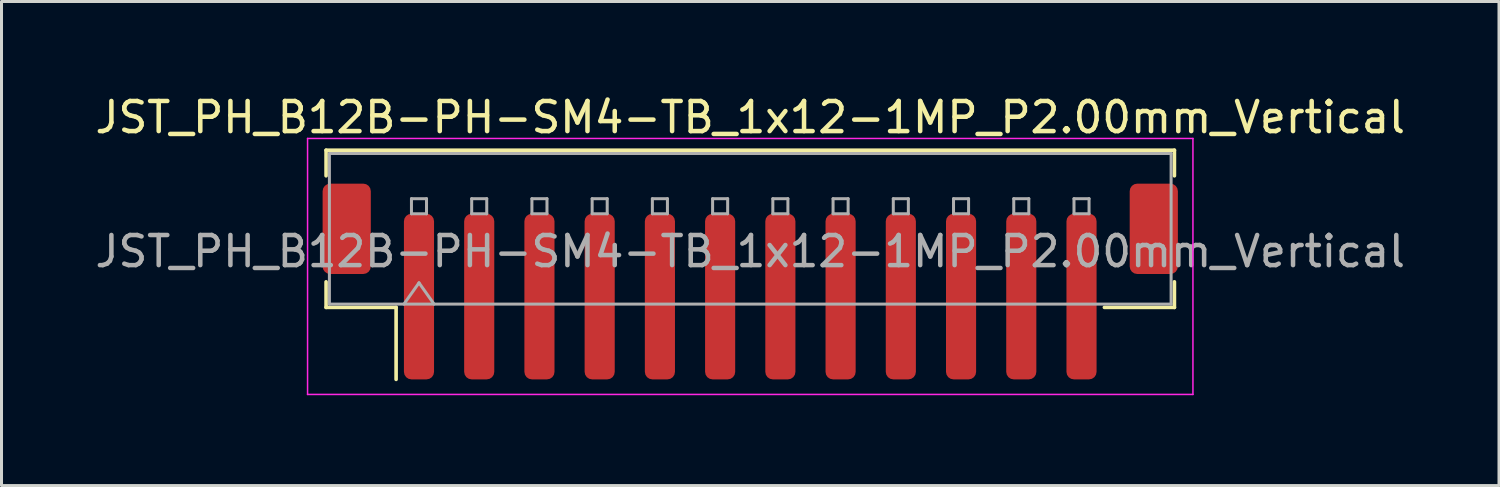
<source format=kicad_pcb>
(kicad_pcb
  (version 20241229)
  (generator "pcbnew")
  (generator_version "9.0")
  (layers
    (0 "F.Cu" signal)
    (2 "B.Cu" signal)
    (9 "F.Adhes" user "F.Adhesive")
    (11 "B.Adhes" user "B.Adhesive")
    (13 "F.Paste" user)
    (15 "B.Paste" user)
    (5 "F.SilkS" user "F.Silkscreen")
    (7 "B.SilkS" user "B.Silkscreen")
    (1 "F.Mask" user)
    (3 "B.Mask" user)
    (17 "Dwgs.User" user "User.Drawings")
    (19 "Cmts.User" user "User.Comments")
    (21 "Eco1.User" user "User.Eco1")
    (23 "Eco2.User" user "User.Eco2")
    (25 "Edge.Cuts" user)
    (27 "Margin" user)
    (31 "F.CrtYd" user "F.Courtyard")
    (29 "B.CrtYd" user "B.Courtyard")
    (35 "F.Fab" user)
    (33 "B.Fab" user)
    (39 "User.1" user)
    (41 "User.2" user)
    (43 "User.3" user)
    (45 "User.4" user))
  (footprint "JST_PH_B12B-PH-SM4-TB_1x12-1MP_P2.00mm_Vertical"
    (layer "F.Cu")
    (at 21.863 6.298)
    (property "Reference" "JST_PH_B12B-PH-SM4-TB_1x12-1MP_P2.00mm_Vertical" (at 0 -5.45 0) (layer "F.SilkS") (effects (font (size 1 1) (thickness 0.15))))
    (attr smd)
    (fp_line (start -14.085 -4.36) (end 14.085 -4.36) (stroke (width 0.12) (type solid)) (layer "F.SilkS"))
    (fp_line (start -14.085 -3.51) (end -14.085 -4.36) (stroke (width 0.12) (type solid)) (layer "F.SilkS"))
    (fp_line (start -14.085 0.01) (end -14.085 0.86) (stroke (width 0.12) (type solid)) (layer "F.SilkS"))
    (fp_line (start -14.085 0.86) (end -11.76 0.86) (stroke (width 0.12) (type solid)) (layer "F.SilkS"))
    (fp_line (start -11.76 0.86) (end -11.76 3.25) (stroke (width 0.12) (type solid)) (layer "F.SilkS"))
    (fp_line (start 14.085 -4.36) (end 14.085 -3.51) (stroke (width 0.12) (type solid)) (layer "F.SilkS"))
    (fp_line (start 14.085 0.01) (end 14.085 0.86) (stroke (width 0.12) (type solid)) (layer "F.SilkS"))
    (fp_line (start 14.085 0.86) (end 11.76 0.86) (stroke (width 0.12) (type solid)) (layer "F.SilkS"))
    (fp_line (start -14.7 -4.75) (end -14.7 3.75) (stroke (width 0.05) (type solid)) (layer "F.CrtYd"))
    (fp_line (start -14.7 3.75) (end 14.7 3.75) (stroke (width 0.05) (type solid)) (layer "F.CrtYd"))
    (fp_line (start 14.7 -4.75) (end -14.7 -4.75) (stroke (width 0.05) (type solid)) (layer "F.CrtYd"))
    (fp_line (start 14.7 3.75) (end 14.7 -4.75) (stroke (width 0.05) (type solid)) (layer "F.CrtYd"))
    (fp_line (start -13.975 -4.25) (end 13.975 -4.25) (stroke (width 0.1) (type solid)) (layer "F.Fab"))
    (fp_line (start -13.975 0.75) (end -13.975 -4.25) (stroke (width 0.1) (type solid)) (layer "F.Fab"))
    (fp_line (start -13.975 0.75) (end 13.975 0.75) (stroke (width 0.1) (type solid)) (layer "F.Fab"))
    (fp_line (start -11.5 0.75) (end -11 0.043) (stroke (width 0.1) (type solid)) (layer "F.Fab"))
    (fp_line (start -11.25 -2.75) (end -11.25 -2.25) (stroke (width 0.1) (type solid)) (layer "F.Fab"))
    (fp_line (start -11.25 -2.25) (end -10.75 -2.25) (stroke (width 0.1) (type solid)) (layer "F.Fab"))
    (fp_line (start -11 0.043) (end -10.5 0.75) (stroke (width 0.1) (type solid)) (layer "F.Fab"))
    (fp_line (start -10.75 -2.75) (end -11.25 -2.75) (stroke (width 0.1) (type solid)) (layer "F.Fab"))
    (fp_line (start -10.75 -2.25) (end -10.75 -2.75) (stroke (width 0.1) (type solid)) (layer "F.Fab"))
    (fp_line (start -9.25 -2.75) (end -9.25 -2.25) (stroke (width 0.1) (type solid)) (layer "F.Fab"))
    (fp_line (start -9.25 -2.25) (end -8.75 -2.25) (stroke (width 0.1) (type solid)) (layer "F.Fab"))
    (fp_line (start -8.75 -2.75) (end -9.25 -2.75) (stroke (width 0.1) (type solid)) (layer "F.Fab"))
    (fp_line (start -8.75 -2.25) (end -8.75 -2.75) (stroke (width 0.1) (type solid)) (layer "F.Fab"))
    (fp_line (start -7.25 -2.75) (end -7.25 -2.25) (stroke (width 0.1) (type solid)) (layer "F.Fab"))
    (fp_line (start -7.25 -2.25) (end -6.75 -2.25) (stroke (width 0.1) (type solid)) (layer "F.Fab"))
    (fp_line (start -6.75 -2.75) (end -7.25 -2.75) (stroke (width 0.1) (type solid)) (layer "F.Fab"))
    (fp_line (start -6.75 -2.25) (end -6.75 -2.75) (stroke (width 0.1) (type solid)) (layer "F.Fab"))
    (fp_line (start -5.25 -2.75) (end -5.25 -2.25) (stroke (width 0.1) (type solid)) (layer "F.Fab"))
    (fp_line (start -5.25 -2.25) (end -4.75 -2.25) (stroke (width 0.1) (type solid)) (layer "F.Fab"))
    (fp_line (start -4.75 -2.75) (end -5.25 -2.75) (stroke (width 0.1) (type solid)) (layer "F.Fab"))
    (fp_line (start -4.75 -2.25) (end -4.75 -2.75) (stroke (width 0.1) (type solid)) (layer "F.Fab"))
    (fp_line (start -3.25 -2.75) (end -3.25 -2.25) (stroke (width 0.1) (type solid)) (layer "F.Fab"))
    (fp_line (start -3.25 -2.25) (end -2.75 -2.25) (stroke (width 0.1) (type solid)) (layer "F.Fab"))
    (fp_line (start -2.75 -2.75) (end -3.25 -2.75) (stroke (width 0.1) (type solid)) (layer "F.Fab"))
    (fp_line (start -2.75 -2.25) (end -2.75 -2.75) (stroke (width 0.1) (type solid)) (layer "F.Fab"))
    (fp_line (start -1.25 -2.75) (end -1.25 -2.25) (stroke (width 0.1) (type solid)) (layer "F.Fab"))
    (fp_line (start -1.25 -2.25) (end -0.75 -2.25) (stroke (width 0.1) (type solid)) (layer "F.Fab"))
    (fp_line (start -0.75 -2.75) (end -1.25 -2.75) (stroke (width 0.1) (type solid)) (layer "F.Fab"))
    (fp_line (start -0.75 -2.25) (end -0.75 -2.75) (stroke (width 0.1) (type solid)) (layer "F.Fab"))
    (fp_line (start 0.75 -2.75) (end 0.75 -2.25) (stroke (width 0.1) (type solid)) (layer "F.Fab"))
    (fp_line (start 0.75 -2.25) (end 1.25 -2.25) (stroke (width 0.1) (type solid)) (layer "F.Fab"))
    (fp_line (start 1.25 -2.75) (end 0.75 -2.75) (stroke (width 0.1) (type solid)) (layer "F.Fab"))
    (fp_line (start 1.25 -2.25) (end 1.25 -2.75) (stroke (width 0.1) (type solid)) (layer "F.Fab"))
    (fp_line (start 2.75 -2.75) (end 2.75 -2.25) (stroke (width 0.1) (type solid)) (layer "F.Fab"))
    (fp_line (start 2.75 -2.25) (end 3.25 -2.25) (stroke (width 0.1) (type solid)) (layer "F.Fab"))
    (fp_line (start 3.25 -2.75) (end 2.75 -2.75) (stroke (width 0.1) (type solid)) (layer "F.Fab"))
    (fp_line (start 3.25 -2.25) (end 3.25 -2.75) (stroke (width 0.1) (type solid)) (layer "F.Fab"))
    (fp_line (start 4.75 -2.75) (end 4.75 -2.25) (stroke (width 0.1) (type solid)) (layer "F.Fab"))
    (fp_line (start 4.75 -2.25) (end 5.25 -2.25) (stroke (width 0.1) (type solid)) (layer "F.Fab"))
    (fp_line (start 5.25 -2.75) (end 4.75 -2.75) (stroke (width 0.1) (type solid)) (layer "F.Fab"))
    (fp_line (start 5.25 -2.25) (end 5.25 -2.75) (stroke (width 0.1) (type solid)) (layer "F.Fab"))
    (fp_line (start 6.75 -2.75) (end 6.75 -2.25) (stroke (width 0.1) (type solid)) (layer "F.Fab"))
    (fp_line (start 6.75 -2.25) (end 7.25 -2.25) (stroke (width 0.1) (type solid)) (layer "F.Fab"))
    (fp_line (start 7.25 -2.75) (end 6.75 -2.75) (stroke (width 0.1) (type solid)) (layer "F.Fab"))
    (fp_line (start 7.25 -2.25) (end 7.25 -2.75) (stroke (width 0.1) (type solid)) (layer "F.Fab"))
    (fp_line (start 8.75 -2.75) (end 8.75 -2.25) (stroke (width 0.1) (type solid)) (layer "F.Fab"))
    (fp_line (start 8.75 -2.25) (end 9.25 -2.25) (stroke (width 0.1) (type solid)) (layer "F.Fab"))
    (fp_line (start 9.25 -2.75) (end 8.75 -2.75) (stroke (width 0.1) (type solid)) (layer "F.Fab"))
    (fp_line (start 9.25 -2.25) (end 9.25 -2.75) (stroke (width 0.1) (type solid)) (layer "F.Fab"))
    (fp_line (start 10.75 -2.75) (end 10.75 -2.25) (stroke (width 0.1) (type solid)) (layer "F.Fab"))
    (fp_line (start 10.75 -2.25) (end 11.25 -2.25) (stroke (width 0.1) (type solid)) (layer "F.Fab"))
    (fp_line (start 11.25 -2.75) (end 10.75 -2.75) (stroke (width 0.1) (type solid)) (layer "F.Fab"))
    (fp_line (start 11.25 -2.25) (end 11.25 -2.75) (stroke (width 0.1) (type solid)) (layer "F.Fab"))
    (fp_line (start 13.975 0.75) (end 13.975 -4.25) (stroke (width 0.1) (type solid)) (layer "F.Fab"))
    (fp_text user "${REFERENCE}" (at 0 -1 0) (layer "F.Fab") (effects (font (size 1 1) (thickness 0.15))))
    (pad "1" smd roundrect (at -11 0.5) (size 1 5.5) (layers "F.Cu" "F.Mask" "F.Paste") (roundrect_rratio 0.25))
    (pad "2" smd roundrect (at -9 0.5) (size 1 5.5) (layers "F.Cu" "F.Mask" "F.Paste") (roundrect_rratio 0.25))
    (pad "3" smd roundrect (at -7 0.5) (size 1 5.5) (layers "F.Cu" "F.Mask" "F.Paste") (roundrect_rratio 0.25))
    (pad "4" smd roundrect (at -5 0.5) (size 1 5.5) (layers "F.Cu" "F.Mask" "F.Paste") (roundrect_rratio 0.25))
    (pad "5" smd roundrect (at -3 0.5) (size 1 5.5) (layers "F.Cu" "F.Mask" "F.Paste") (roundrect_rratio 0.25))
    (pad "6" smd roundrect (at -1 0.5) (size 1 5.5) (layers "F.Cu" "F.Mask" "F.Paste") (roundrect_rratio 0.25))
    (pad "7" smd roundrect (at 1 0.5) (size 1 5.5) (layers "F.Cu" "F.Mask" "F.Paste") (roundrect_rratio 0.25))
    (pad "8" smd roundrect (at 3 0.5) (size 1 5.5) (layers "F.Cu" "F.Mask" "F.Paste") (roundrect_rratio 0.25))
    (pad "9" smd roundrect (at 5 0.5) (size 1 5.5) (layers "F.Cu" "F.Mask" "F.Paste") (roundrect_rratio 0.25))
    (pad "10" smd roundrect (at 7 0.5) (size 1 5.5) (layers "F.Cu" "F.Mask" "F.Paste") (roundrect_rratio 0.25))
    (pad "11" smd roundrect (at 9 0.5) (size 1 5.5) (layers "F.Cu" "F.Mask" "F.Paste") (roundrect_rratio 0.25))
    (pad "12" smd roundrect (at 11 0.5) (size 1 5.5) (layers "F.Cu" "F.Mask" "F.Paste") (roundrect_rratio 0.25))
    (pad "MP" smd roundrect (at -13.4 -1.75) (size 1.6 3) (layers "F.Cu" "F.Mask" "F.Paste") (roundrect_rratio 0.156))
    (pad "MP" smd roundrect (at 13.4 -1.75) (size 1.6 3) (layers "F.Cu" "F.Mask" "F.Paste") (roundrect_rratio 0.156)))
  (gr_rect
    (start -3 -3)
    (end 46.726 13.073)
    (stroke (width 0.1) (type default))
    (fill no)
    (layer "Edge.Cuts")))
</source>
